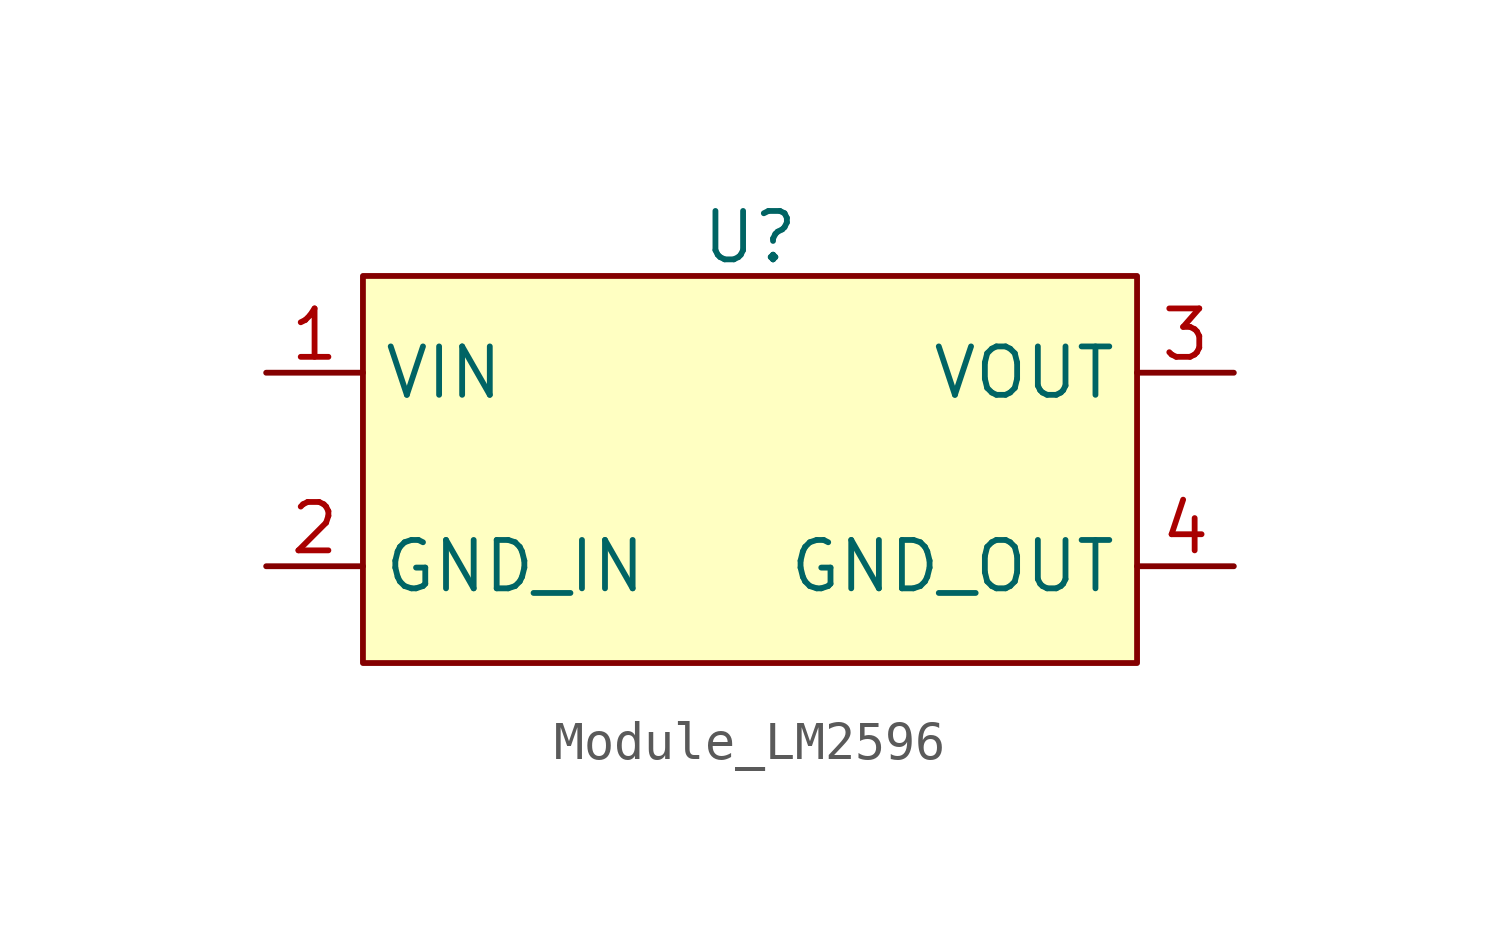
<source format=kicad_sym>
(kicad_symbol_lib
  (version 20231120)
  (generator "kicad_symbol_editor")
  (generator_version "8.0")
  (symbol "Module_LM2596"
    (property "Reference" "U"
      (at 0 6.096 0)
      (effects (font (size 1.27 1.27))))
    (property "Value" ""
      (at 0 0 0)
      (effects (font (size 1.27 1.27))))
    (symbol "Module_LM2596_1_1"
      (rectangle (start -10.16 5.08) (end 10.16 -5.08) (stroke (width 0) (type default)) (fill (type background)))
      (pin input line (at -12.7 2.54 0) (length 2.54) (name "VIN" (effects (font (size 1.27 1.27)))) (number "1" (effects (font (size 1.27 1.27)))))
      (pin passive line (at -12.7 -2.54 0) (length 2.54) (name "GND_IN" (effects (font (size 1.27 1.27)))) (number "2" (effects (font (size 1.27 1.27)))))
      (pin output line (at 12.7 2.54 180) (length 2.54) (name "VOUT" (effects (font (size 1.27 1.27)))) (number "3" (effects (font (size 1.27 1.27)))))
      (pin passive line (at 12.7 -2.54 180) (length 2.54) (name "GND_OUT" (effects (font (size 1.27 1.27)))) (number "4" (effects (font (size 1.27 1.27))))))))
</source>
